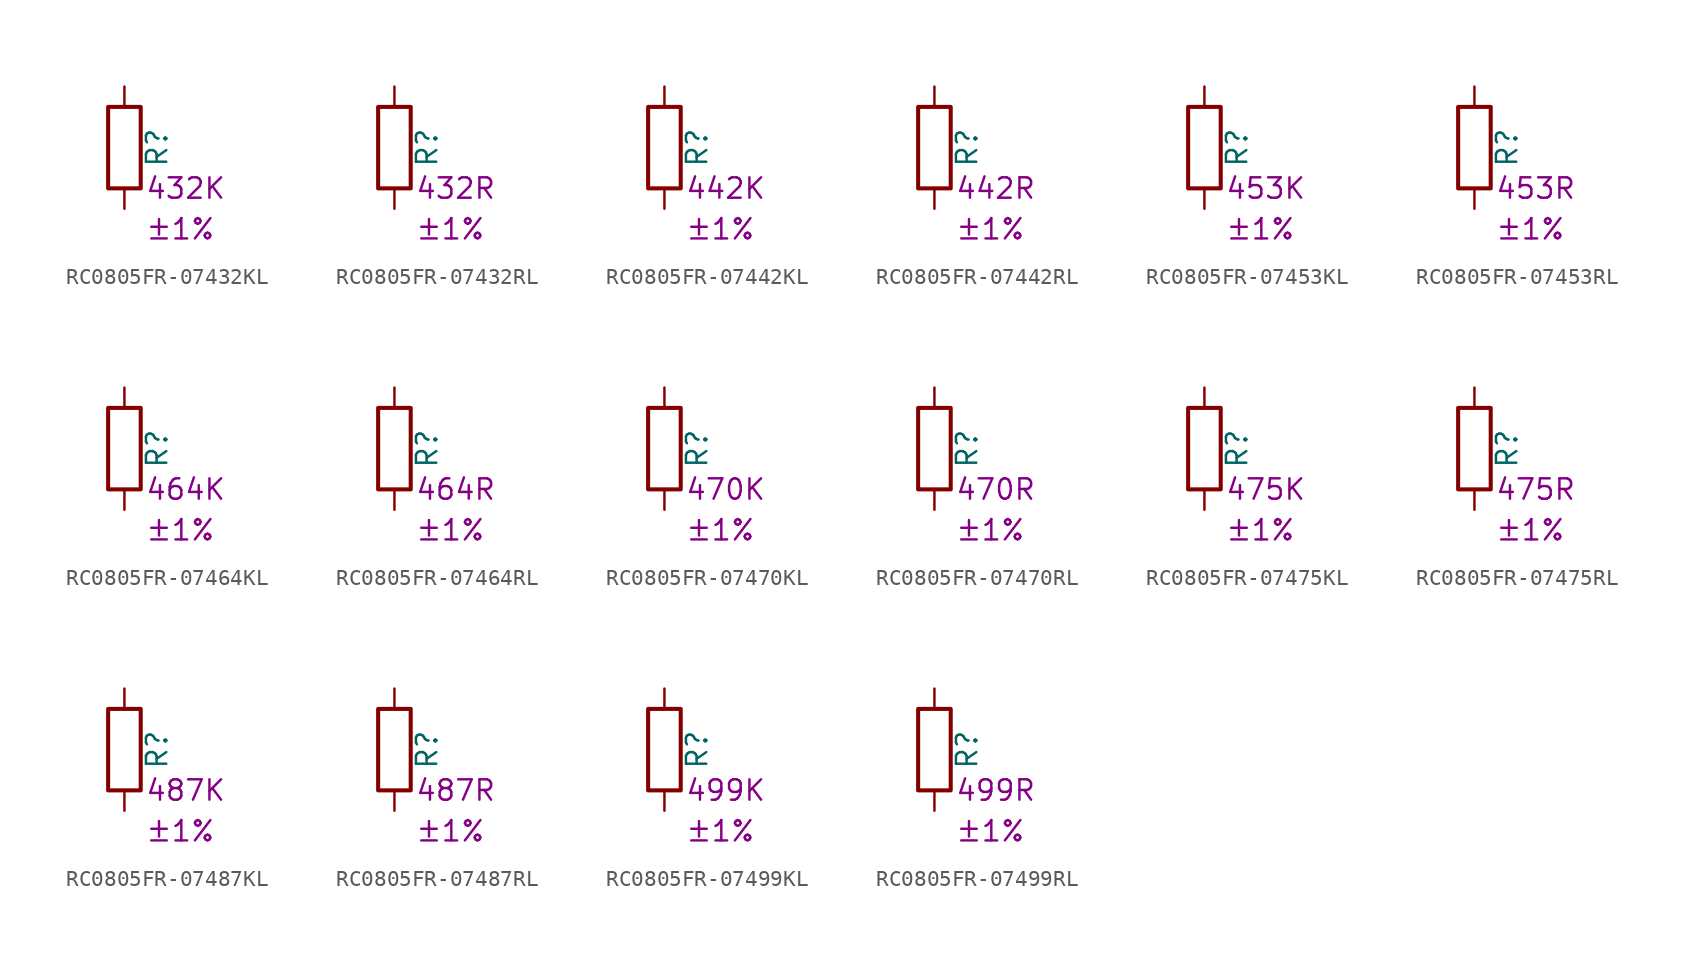
<source format=kicad_sym>
(kicad_symbol_lib
  (version 20220914)
  (generator kicad_symbol_editor)
  (symbol "RC0805FR-07432KL"
    (pin_numbers hide)
    (pin_names
      (offset 0))
    (property "Reference" "R"
      (at 2.032 0 90)
      (effects (font (size 1.27 1.27))))
    (property "Resistance" "432K"
      (at 1.27 -2.54 0)
      (effects (font (size 1.27 1.27)) (justify left)))
    (property "Tolerance" "±1%"
      (at 1.27 -5.08 0)
      (effects (font (size 1.27 1.27)) (justify left)))
    (symbol "RC0805FR-07432KL_0_1"
      (rectangle (start -1.016 -2.54) (end 1.016 2.54) (stroke (width 0.254) (type default)) (fill (type none))))
    (symbol "RC0805FR-07432KL_1_1"
      (pin passive line (at 0 3.81 270) (length 1.27) (name "~" (effects (font (size 1.27 1.27)))) (number "1" (effects (font (size 1.27 1.27)))))
      (pin passive line (at 0 -3.81 90) (length 1.27) (name "~" (effects (font (size 1.27 1.27)))) (number "2" (effects (font (size 1.27 1.27)))))))
  (symbol "RC0805FR-07432RL"
    (pin_numbers hide)
    (pin_names
      (offset 0))
    (property "Reference" "R"
      (at 2.032 0 90)
      (effects (font (size 1.27 1.27))))
    (property "Resistance" "432R"
      (at 1.27 -2.54 0)
      (effects (font (size 1.27 1.27)) (justify left)))
    (property "Tolerance" "±1%"
      (at 1.27 -5.08 0)
      (effects (font (size 1.27 1.27)) (justify left)))
    (symbol "RC0805FR-07432RL_0_1"
      (rectangle (start -1.016 -2.54) (end 1.016 2.54) (stroke (width 0.254) (type default)) (fill (type none))))
    (symbol "RC0805FR-07432RL_1_1"
      (pin passive line (at 0 3.81 270) (length 1.27) (name "~" (effects (font (size 1.27 1.27)))) (number "1" (effects (font (size 1.27 1.27)))))
      (pin passive line (at 0 -3.81 90) (length 1.27) (name "~" (effects (font (size 1.27 1.27)))) (number "2" (effects (font (size 1.27 1.27)))))))
  (symbol "RC0805FR-07442KL"
    (pin_numbers hide)
    (pin_names
      (offset 0))
    (property "Reference" "R"
      (at 2.032 0 90)
      (effects (font (size 1.27 1.27))))
    (property "Resistance" "442K"
      (at 1.27 -2.54 0)
      (effects (font (size 1.27 1.27)) (justify left)))
    (property "Tolerance" "±1%"
      (at 1.27 -5.08 0)
      (effects (font (size 1.27 1.27)) (justify left)))
    (symbol "RC0805FR-07442KL_0_1"
      (rectangle (start -1.016 -2.54) (end 1.016 2.54) (stroke (width 0.254) (type default)) (fill (type none))))
    (symbol "RC0805FR-07442KL_1_1"
      (pin passive line (at 0 3.81 270) (length 1.27) (name "~" (effects (font (size 1.27 1.27)))) (number "1" (effects (font (size 1.27 1.27)))))
      (pin passive line (at 0 -3.81 90) (length 1.27) (name "~" (effects (font (size 1.27 1.27)))) (number "2" (effects (font (size 1.27 1.27)))))))
  (symbol "RC0805FR-07442RL"
    (pin_numbers hide)
    (pin_names
      (offset 0))
    (property "Reference" "R"
      (at 2.032 0 90)
      (effects (font (size 1.27 1.27))))
    (property "Resistance" "442R"
      (at 1.27 -2.54 0)
      (effects (font (size 1.27 1.27)) (justify left)))
    (property "Tolerance" "±1%"
      (at 1.27 -5.08 0)
      (effects (font (size 1.27 1.27)) (justify left)))
    (symbol "RC0805FR-07442RL_0_1"
      (rectangle (start -1.016 -2.54) (end 1.016 2.54) (stroke (width 0.254) (type default)) (fill (type none))))
    (symbol "RC0805FR-07442RL_1_1"
      (pin passive line (at 0 3.81 270) (length 1.27) (name "~" (effects (font (size 1.27 1.27)))) (number "1" (effects (font (size 1.27 1.27)))))
      (pin passive line (at 0 -3.81 90) (length 1.27) (name "~" (effects (font (size 1.27 1.27)))) (number "2" (effects (font (size 1.27 1.27)))))))
  (symbol "RC0805FR-07453KL"
    (pin_numbers hide)
    (pin_names
      (offset 0))
    (property "Reference" "R"
      (at 2.032 0 90)
      (effects (font (size 1.27 1.27))))
    (property "Resistance" "453K"
      (at 1.27 -2.54 0)
      (effects (font (size 1.27 1.27)) (justify left)))
    (property "Tolerance" "±1%"
      (at 1.27 -5.08 0)
      (effects (font (size 1.27 1.27)) (justify left)))
    (symbol "RC0805FR-07453KL_0_1"
      (rectangle (start -1.016 -2.54) (end 1.016 2.54) (stroke (width 0.254) (type default)) (fill (type none))))
    (symbol "RC0805FR-07453KL_1_1"
      (pin passive line (at 0 3.81 270) (length 1.27) (name "~" (effects (font (size 1.27 1.27)))) (number "1" (effects (font (size 1.27 1.27)))))
      (pin passive line (at 0 -3.81 90) (length 1.27) (name "~" (effects (font (size 1.27 1.27)))) (number "2" (effects (font (size 1.27 1.27)))))))
  (symbol "RC0805FR-07453RL"
    (pin_numbers hide)
    (pin_names
      (offset 0))
    (property "Reference" "R"
      (at 2.032 0 90)
      (effects (font (size 1.27 1.27))))
    (property "Resistance" "453R"
      (at 1.27 -2.54 0)
      (effects (font (size 1.27 1.27)) (justify left)))
    (property "Tolerance" "±1%"
      (at 1.27 -5.08 0)
      (effects (font (size 1.27 1.27)) (justify left)))
    (symbol "RC0805FR-07453RL_0_1"
      (rectangle (start -1.016 -2.54) (end 1.016 2.54) (stroke (width 0.254) (type default)) (fill (type none))))
    (symbol "RC0805FR-07453RL_1_1"
      (pin passive line (at 0 3.81 270) (length 1.27) (name "~" (effects (font (size 1.27 1.27)))) (number "1" (effects (font (size 1.27 1.27)))))
      (pin passive line (at 0 -3.81 90) (length 1.27) (name "~" (effects (font (size 1.27 1.27)))) (number "2" (effects (font (size 1.27 1.27)))))))
  (symbol "RC0805FR-07464KL"
    (pin_numbers hide)
    (pin_names
      (offset 0))
    (property "Reference" "R"
      (at 2.032 0 90)
      (effects (font (size 1.27 1.27))))
    (property "Resistance" "464K"
      (at 1.27 -2.54 0)
      (effects (font (size 1.27 1.27)) (justify left)))
    (property "Tolerance" "±1%"
      (at 1.27 -5.08 0)
      (effects (font (size 1.27 1.27)) (justify left)))
    (symbol "RC0805FR-07464KL_0_1"
      (rectangle (start -1.016 -2.54) (end 1.016 2.54) (stroke (width 0.254) (type default)) (fill (type none))))
    (symbol "RC0805FR-07464KL_1_1"
      (pin passive line (at 0 3.81 270) (length 1.27) (name "~" (effects (font (size 1.27 1.27)))) (number "1" (effects (font (size 1.27 1.27)))))
      (pin passive line (at 0 -3.81 90) (length 1.27) (name "~" (effects (font (size 1.27 1.27)))) (number "2" (effects (font (size 1.27 1.27)))))))
  (symbol "RC0805FR-07464RL"
    (pin_numbers hide)
    (pin_names
      (offset 0))
    (property "Reference" "R"
      (at 2.032 0 90)
      (effects (font (size 1.27 1.27))))
    (property "Resistance" "464R"
      (at 1.27 -2.54 0)
      (effects (font (size 1.27 1.27)) (justify left)))
    (property "Tolerance" "±1%"
      (at 1.27 -5.08 0)
      (effects (font (size 1.27 1.27)) (justify left)))
    (symbol "RC0805FR-07464RL_0_1"
      (rectangle (start -1.016 -2.54) (end 1.016 2.54) (stroke (width 0.254) (type default)) (fill (type none))))
    (symbol "RC0805FR-07464RL_1_1"
      (pin passive line (at 0 3.81 270) (length 1.27) (name "~" (effects (font (size 1.27 1.27)))) (number "1" (effects (font (size 1.27 1.27)))))
      (pin passive line (at 0 -3.81 90) (length 1.27) (name "~" (effects (font (size 1.27 1.27)))) (number "2" (effects (font (size 1.27 1.27)))))))
  (symbol "RC0805FR-07470KL"
    (pin_numbers hide)
    (pin_names
      (offset 0))
    (property "Reference" "R"
      (at 2.032 0 90)
      (effects (font (size 1.27 1.27))))
    (property "Resistance" "470K"
      (at 1.27 -2.54 0)
      (effects (font (size 1.27 1.27)) (justify left)))
    (property "Tolerance" "±1%"
      (at 1.27 -5.08 0)
      (effects (font (size 1.27 1.27)) (justify left)))
    (symbol "RC0805FR-07470KL_0_1"
      (rectangle (start -1.016 -2.54) (end 1.016 2.54) (stroke (width 0.254) (type default)) (fill (type none))))
    (symbol "RC0805FR-07470KL_1_1"
      (pin passive line (at 0 3.81 270) (length 1.27) (name "~" (effects (font (size 1.27 1.27)))) (number "1" (effects (font (size 1.27 1.27)))))
      (pin passive line (at 0 -3.81 90) (length 1.27) (name "~" (effects (font (size 1.27 1.27)))) (number "2" (effects (font (size 1.27 1.27)))))))
  (symbol "RC0805FR-07470RL"
    (pin_numbers hide)
    (pin_names
      (offset 0))
    (property "Reference" "R"
      (at 2.032 0 90)
      (effects (font (size 1.27 1.27))))
    (property "Resistance" "470R"
      (at 1.27 -2.54 0)
      (effects (font (size 1.27 1.27)) (justify left)))
    (property "Tolerance" "±1%"
      (at 1.27 -5.08 0)
      (effects (font (size 1.27 1.27)) (justify left)))
    (symbol "RC0805FR-07470RL_0_1"
      (rectangle (start -1.016 -2.54) (end 1.016 2.54) (stroke (width 0.254) (type default)) (fill (type none))))
    (symbol "RC0805FR-07470RL_1_1"
      (pin passive line (at 0 3.81 270) (length 1.27) (name "~" (effects (font (size 1.27 1.27)))) (number "1" (effects (font (size 1.27 1.27)))))
      (pin passive line (at 0 -3.81 90) (length 1.27) (name "~" (effects (font (size 1.27 1.27)))) (number "2" (effects (font (size 1.27 1.27)))))))
  (symbol "RC0805FR-07475KL"
    (pin_numbers hide)
    (pin_names
      (offset 0))
    (property "Reference" "R"
      (at 2.032 0 90)
      (effects (font (size 1.27 1.27))))
    (property "Resistance" "475K"
      (at 1.27 -2.54 0)
      (effects (font (size 1.27 1.27)) (justify left)))
    (property "Tolerance" "±1%"
      (at 1.27 -5.08 0)
      (effects (font (size 1.27 1.27)) (justify left)))
    (symbol "RC0805FR-07475KL_0_1"
      (rectangle (start -1.016 -2.54) (end 1.016 2.54) (stroke (width 0.254) (type default)) (fill (type none))))
    (symbol "RC0805FR-07475KL_1_1"
      (pin passive line (at 0 3.81 270) (length 1.27) (name "~" (effects (font (size 1.27 1.27)))) (number "1" (effects (font (size 1.27 1.27)))))
      (pin passive line (at 0 -3.81 90) (length 1.27) (name "~" (effects (font (size 1.27 1.27)))) (number "2" (effects (font (size 1.27 1.27)))))))
  (symbol "RC0805FR-07475RL"
    (pin_numbers hide)
    (pin_names
      (offset 0))
    (property "Reference" "R"
      (at 2.032 0 90)
      (effects (font (size 1.27 1.27))))
    (property "Resistance" "475R"
      (at 1.27 -2.54 0)
      (effects (font (size 1.27 1.27)) (justify left)))
    (property "Tolerance" "±1%"
      (at 1.27 -5.08 0)
      (effects (font (size 1.27 1.27)) (justify left)))
    (symbol "RC0805FR-07475RL_0_1"
      (rectangle (start -1.016 -2.54) (end 1.016 2.54) (stroke (width 0.254) (type default)) (fill (type none))))
    (symbol "RC0805FR-07475RL_1_1"
      (pin passive line (at 0 3.81 270) (length 1.27) (name "~" (effects (font (size 1.27 1.27)))) (number "1" (effects (font (size 1.27 1.27)))))
      (pin passive line (at 0 -3.81 90) (length 1.27) (name "~" (effects (font (size 1.27 1.27)))) (number "2" (effects (font (size 1.27 1.27)))))))
  (symbol "RC0805FR-07487KL"
    (pin_numbers hide)
    (pin_names
      (offset 0))
    (property "Reference" "R"
      (at 2.032 0 90)
      (effects (font (size 1.27 1.27))))
    (property "Resistance" "487K"
      (at 1.27 -2.54 0)
      (effects (font (size 1.27 1.27)) (justify left)))
    (property "Tolerance" "±1%"
      (at 1.27 -5.08 0)
      (effects (font (size 1.27 1.27)) (justify left)))
    (symbol "RC0805FR-07487KL_0_1"
      (rectangle (start -1.016 -2.54) (end 1.016 2.54) (stroke (width 0.254) (type default)) (fill (type none))))
    (symbol "RC0805FR-07487KL_1_1"
      (pin passive line (at 0 3.81 270) (length 1.27) (name "~" (effects (font (size 1.27 1.27)))) (number "1" (effects (font (size 1.27 1.27)))))
      (pin passive line (at 0 -3.81 90) (length 1.27) (name "~" (effects (font (size 1.27 1.27)))) (number "2" (effects (font (size 1.27 1.27)))))))
  (symbol "RC0805FR-07487RL"
    (pin_numbers hide)
    (pin_names
      (offset 0))
    (property "Reference" "R"
      (at 2.032 0 90)
      (effects (font (size 1.27 1.27))))
    (property "Resistance" "487R"
      (at 1.27 -2.54 0)
      (effects (font (size 1.27 1.27)) (justify left)))
    (property "Tolerance" "±1%"
      (at 1.27 -5.08 0)
      (effects (font (size 1.27 1.27)) (justify left)))
    (symbol "RC0805FR-07487RL_0_1"
      (rectangle (start -1.016 -2.54) (end 1.016 2.54) (stroke (width 0.254) (type default)) (fill (type none))))
    (symbol "RC0805FR-07487RL_1_1"
      (pin passive line (at 0 3.81 270) (length 1.27) (name "~" (effects (font (size 1.27 1.27)))) (number "1" (effects (font (size 1.27 1.27)))))
      (pin passive line (at 0 -3.81 90) (length 1.27) (name "~" (effects (font (size 1.27 1.27)))) (number "2" (effects (font (size 1.27 1.27)))))))
  (symbol "RC0805FR-07499KL"
    (pin_numbers hide)
    (pin_names
      (offset 0))
    (property "Reference" "R"
      (at 2.032 0 90)
      (effects (font (size 1.27 1.27))))
    (property "Resistance" "499K"
      (at 1.27 -2.54 0)
      (effects (font (size 1.27 1.27)) (justify left)))
    (property "Tolerance" "±1%"
      (at 1.27 -5.08 0)
      (effects (font (size 1.27 1.27)) (justify left)))
    (symbol "RC0805FR-07499KL_0_1"
      (rectangle (start -1.016 -2.54) (end 1.016 2.54) (stroke (width 0.254) (type default)) (fill (type none))))
    (symbol "RC0805FR-07499KL_1_1"
      (pin passive line (at 0 3.81 270) (length 1.27) (name "~" (effects (font (size 1.27 1.27)))) (number "1" (effects (font (size 1.27 1.27)))))
      (pin passive line (at 0 -3.81 90) (length 1.27) (name "~" (effects (font (size 1.27 1.27)))) (number "2" (effects (font (size 1.27 1.27)))))))
  (symbol "RC0805FR-07499RL"
    (pin_numbers hide)
    (pin_names
      (offset 0))
    (property "Reference" "R"
      (at 2.032 0 90)
      (effects (font (size 1.27 1.27))))
    (property "Resistance" "499R"
      (at 1.27 -2.54 0)
      (effects (font (size 1.27 1.27)) (justify left)))
    (property "Tolerance" "±1%"
      (at 1.27 -5.08 0)
      (effects (font (size 1.27 1.27)) (justify left)))
    (symbol "RC0805FR-07499RL_0_1"
      (rectangle (start -1.016 -2.54) (end 1.016 2.54) (stroke (width 0.254) (type default)) (fill (type none))))
    (symbol "RC0805FR-07499RL_1_1"
      (pin passive line (at 0 3.81 270) (length 1.27) (name "~" (effects (font (size 1.27 1.27)))) (number "1" (effects (font (size 1.27 1.27)))))
      (pin passive line (at 0 -3.81 90) (length 1.27) (name "~" (effects (font (size 1.27 1.27)))) (number "2" (effects (font (size 1.27 1.27))))))))
</source>
